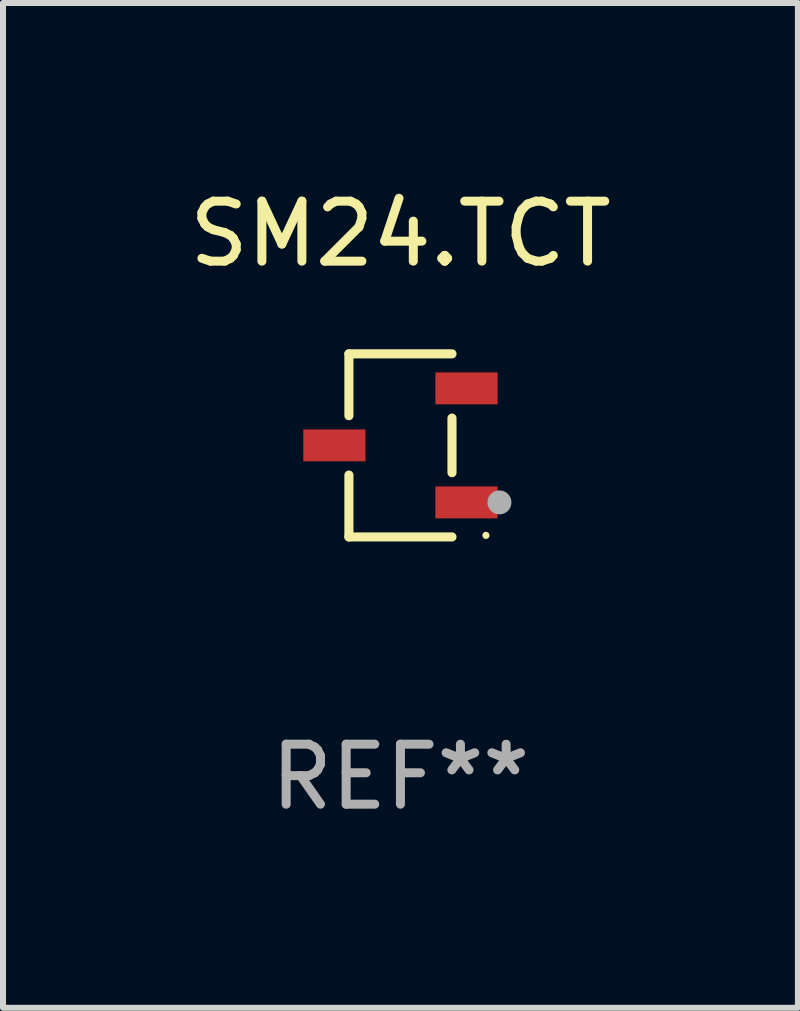
<source format=kicad_pcb>
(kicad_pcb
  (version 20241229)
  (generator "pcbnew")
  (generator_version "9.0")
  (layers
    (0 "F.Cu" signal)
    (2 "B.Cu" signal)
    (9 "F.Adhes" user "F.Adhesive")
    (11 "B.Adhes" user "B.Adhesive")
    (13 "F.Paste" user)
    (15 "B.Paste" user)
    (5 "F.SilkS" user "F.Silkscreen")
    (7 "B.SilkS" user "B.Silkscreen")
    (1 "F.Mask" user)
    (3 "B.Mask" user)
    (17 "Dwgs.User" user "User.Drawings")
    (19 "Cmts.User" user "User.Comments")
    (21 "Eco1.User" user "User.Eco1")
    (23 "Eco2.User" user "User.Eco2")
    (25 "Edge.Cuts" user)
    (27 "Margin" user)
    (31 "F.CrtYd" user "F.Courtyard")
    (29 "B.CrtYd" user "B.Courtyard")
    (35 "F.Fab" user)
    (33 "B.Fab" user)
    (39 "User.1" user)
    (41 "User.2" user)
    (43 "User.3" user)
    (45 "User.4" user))
  (footprint "SM24.TCT"
    (layer "F.Cu")
    (at 3.625 4.374)
    (property "Reference" "SM24.TCT" (at 0 -3.526 0) (layer "F.SilkS") (effects (font (size 1 1) (thickness 0.15))))
    (attr through_hole)
    (fp_line (start -0.859 -1.526) (end -0.859 -0.495) (stroke (width 0.152) (type solid)) (layer "F.SilkS"))
    (fp_line (start -0.859 1.526) (end -0.859 0.495) (stroke (width 0.152) (type solid)) (layer "F.SilkS"))
    (fp_line (start 0.859 -1.526) (end -0.859 -1.526) (stroke (width 0.152) (type solid)) (layer "F.SilkS"))
    (fp_line (start 0.859 -0.455) (end 0.859 0.455) (stroke (width 0.152) (type solid)) (layer "F.SilkS"))
    (fp_line (start 0.859 1.526) (end -0.859 1.526) (stroke (width 0.152) (type solid)) (layer "F.SilkS"))
    (fp_circle (center 1.425 1.5) (end 1.455 1.5) (stroke (width 0.06) (type solid)) (fill no) (layer "F.SilkS"))
    (fp_circle (center 1.65 0.95) (end 1.75 0.95) (stroke (width 0.2) (type solid)) (fill no) (layer "F.Fab"))
    (fp_text user "REF**" (at 0 5.526 0) (layer "F.Fab") (effects (font (size 1 1) (thickness 0.15))))
    (pad "1" smd rect (at 1.101 0.95) (size 1.037 0.532) (layers "F.Cu" "F.Mask" "F.Paste"))
    (pad "2" smd rect (at 1.101 -0.95) (size 1.037 0.532) (layers "F.Cu" "F.Mask" "F.Paste"))
    (pad "3" smd rect (at -1.101 0) (size 1.037 0.532) (layers "F.Cu" "F.Mask" "F.Paste")))
  (gr_rect
    (start -3 -3)
    (end 10.25 13.749)
    (stroke (width 0.1) (type default))
    (fill no)
    (layer "Edge.Cuts")))
</source>
